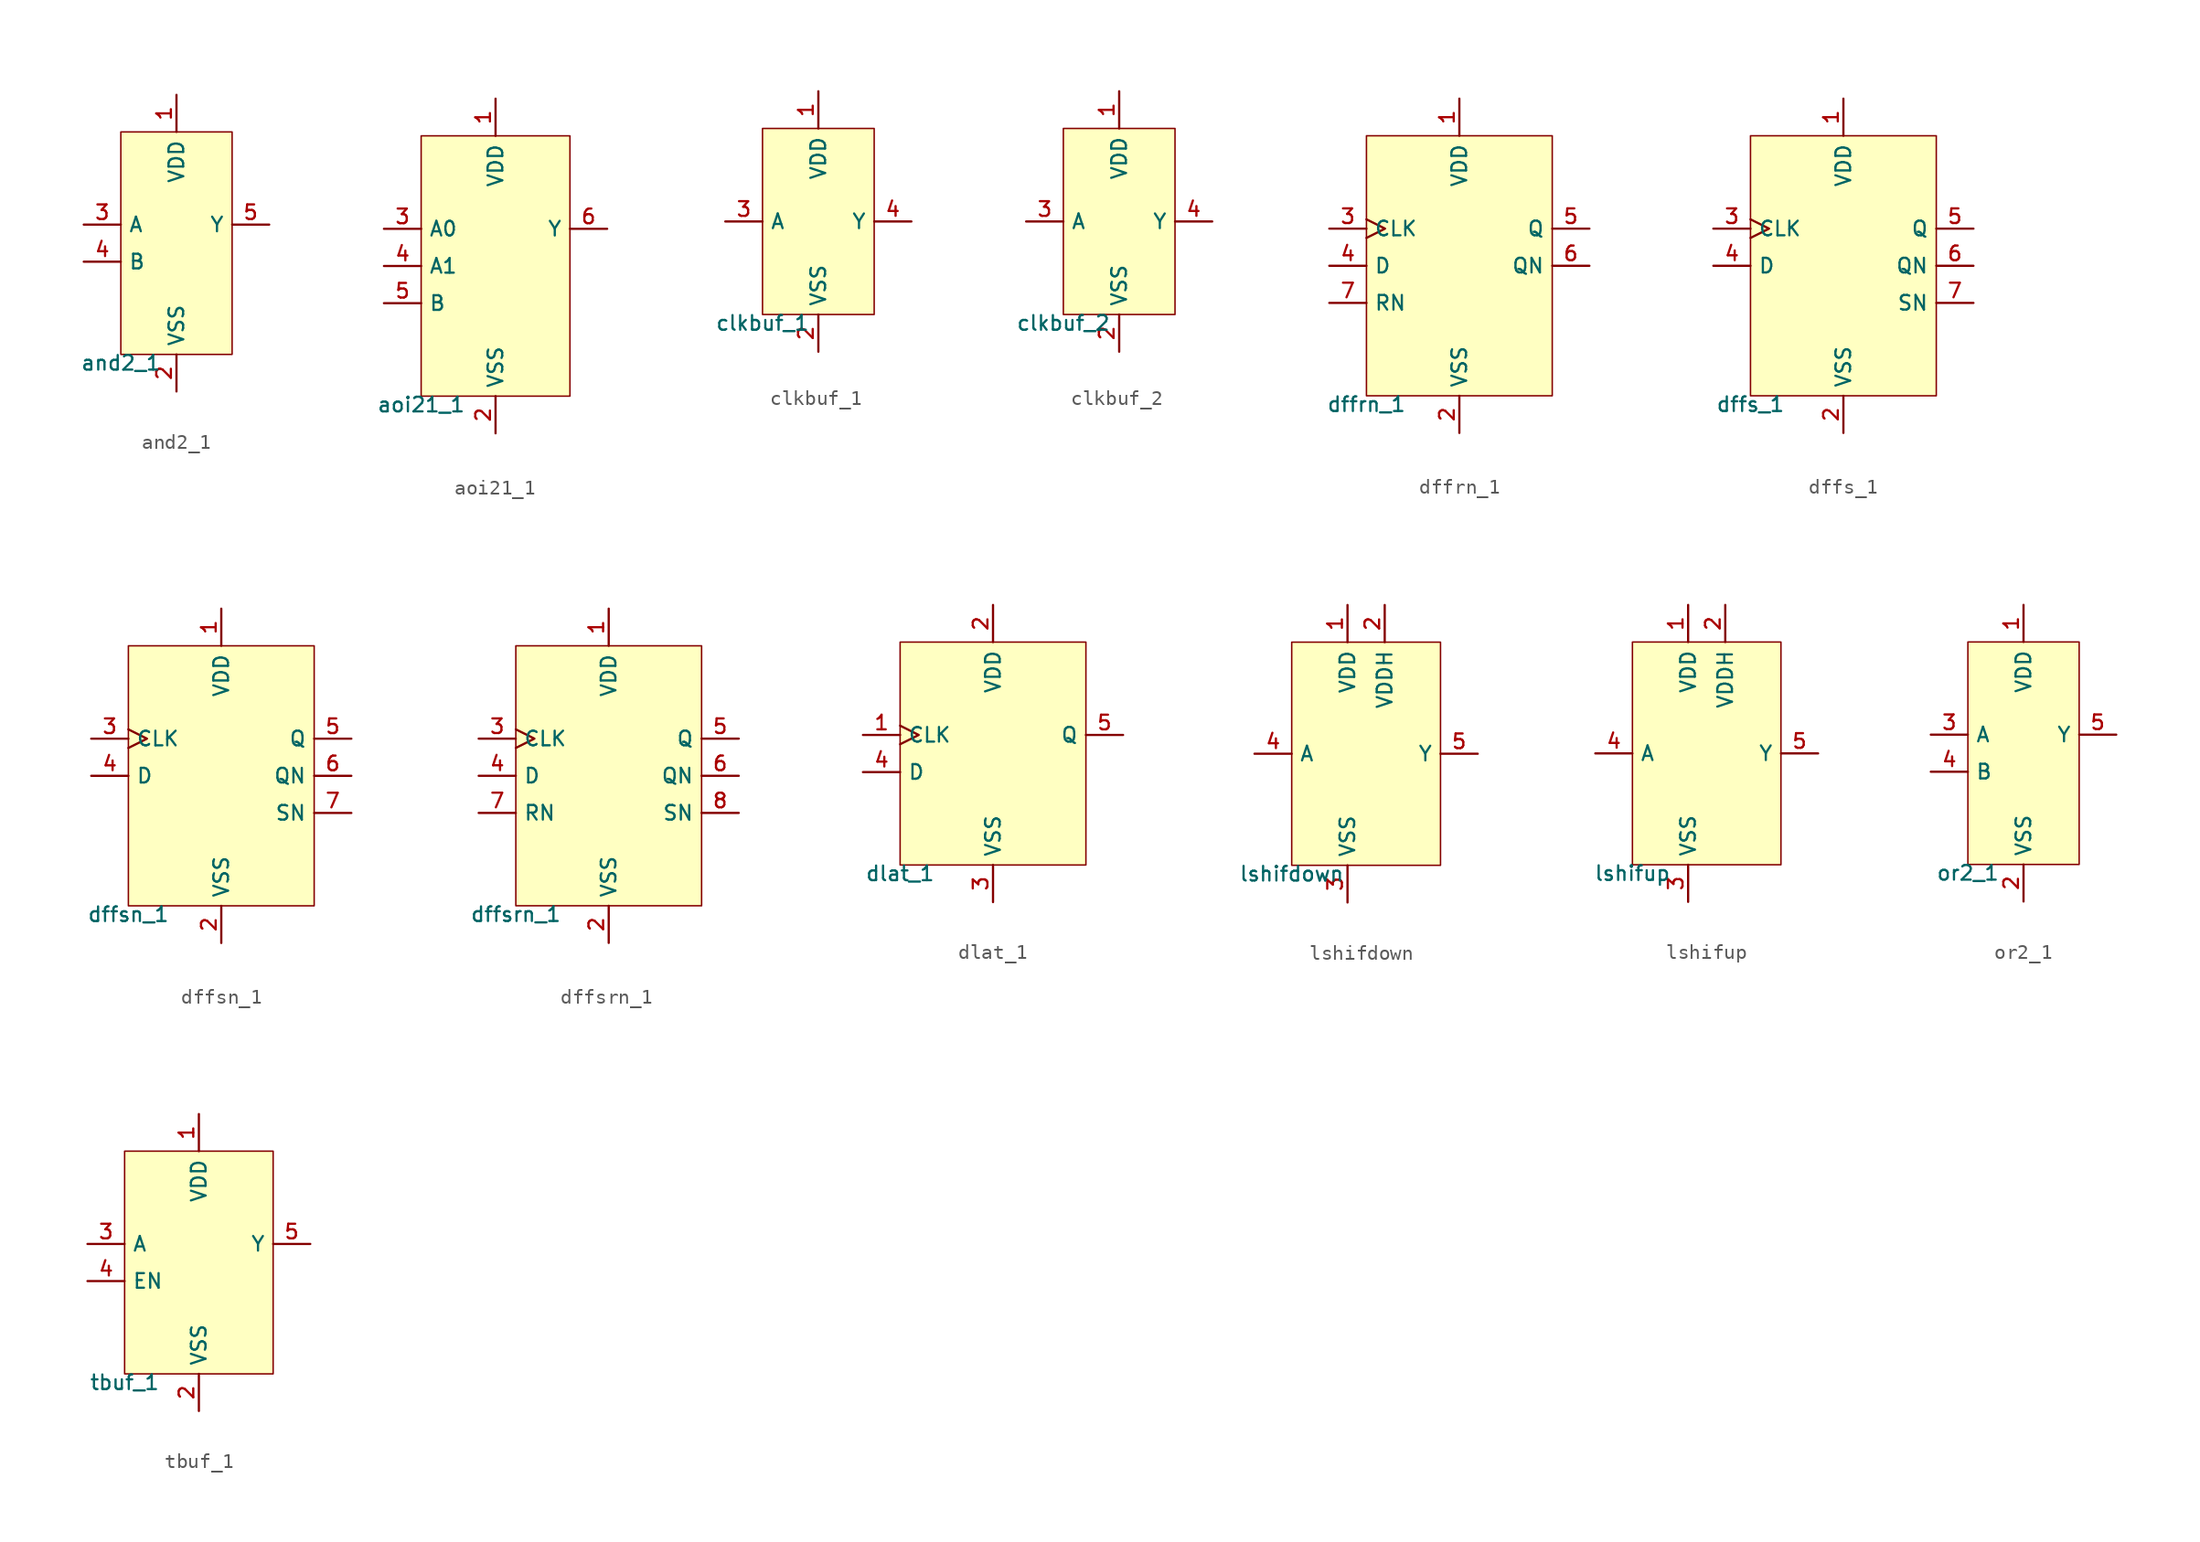
<source format=kicad_sym>
(kicad_symbol_lib
  (version 20211014)
  (generator pdk2kicad)
  (symbol "and2_1"
    (property "Reference" "X"
      (at 0 0 0)
      (effects (font (size 1 1)) hide))
    (property "Value" "and2_1"
      (at -3.81 -7.62 0)
      (effects (font (size 1 1)) (justify top)))
    (rectangle
      (start -3.81 -7.62)
      (end 3.81 7.62)
      (stroke (width 0.1) (type solid) (color 0 0 0 0))
      (fill (type background)))
    (pin power_in line
      (at 0.0 10.16 270)
      (length 2.54)
      (name "VDD" (effects (font (size 1 1)) hide))
      (number "1" (effects (font (size 1 1)) hide)))
    (pin power_in line
      (at 0.0 -10.16 90)
      (length 2.54)
      (name "VSS" (effects (font (size 1 1)) hide))
      (number "2" (effects (font (size 1 1)) hide)))
    (pin input line
      (at -6.35 1.27 0)
      (length 2.54)
      (name "A" (effects (font (size 1 1)) hide))
      (number "3" (effects (font (size 1 1)) hide)))
    (pin input line
      (at -6.35 -1.27 0)
      (length 2.54)
      (name "B" (effects (font (size 1 1)) hide))
      (number "4" (effects (font (size 1 1)) hide)))
    (pin output line
      (at 6.35 1.27 180)
      (length 2.54)
      (name "Y" (effects (font (size 1 1)) hide))
      (number "5" (effects (font (size 1 1)) hide))))
  (symbol "aoi21_1"
    (property "Reference" "X"
      (at 0 0 0)
      (effects (font (size 1 1)) hide))
    (property "Value" "aoi21_1"
      (at -5.08 -8.89 0)
      (effects (font (size 1 1)) (justify top)))
    (rectangle
      (start -5.08 -8.89)
      (end 5.08 8.89)
      (stroke (width 0.1) (type solid) (color 0 0 0 0))
      (fill (type background)))
    (pin power_in line
      (at 0.0 11.43 270)
      (length 2.54)
      (name "VDD" (effects (font (size 1 1)) hide))
      (number "1" (effects (font (size 1 1)) hide)))
    (pin power_in line
      (at 0.0 -11.43 90)
      (length 2.54)
      (name "VSS" (effects (font (size 1 1)) hide))
      (number "2" (effects (font (size 1 1)) hide)))
    (pin input line
      (at -7.62 2.54 0)
      (length 2.54)
      (name "A0" (effects (font (size 1 1)) hide))
      (number "3" (effects (font (size 1 1)) hide)))
    (pin input line
      (at -7.62 4.440892098500626e-16 0)
      (length 2.54)
      (name "A1" (effects (font (size 1 1)) hide))
      (number "4" (effects (font (size 1 1)) hide)))
    (pin input line
      (at -7.62 -2.54 0)
      (length 2.54)
      (name "B" (effects (font (size 1 1)) hide))
      (number "5" (effects (font (size 1 1)) hide)))
    (pin output line
      (at 7.62 2.54 180)
      (length 2.54)
      (name "Y" (effects (font (size 1 1)) hide))
      (number "6" (effects (font (size 1 1)) hide))))
  (symbol "clkbuf_1"
    (property "Reference" "X"
      (at 0 0 0)
      (effects (font (size 1 1)) hide))
    (property "Value" "clkbuf_1"
      (at -3.81 -6.35 0)
      (effects (font (size 1 1)) (justify top)))
    (rectangle
      (start -3.81 -6.35)
      (end 3.81 6.35)
      (stroke (width 0.1) (type solid) (color 0 0 0 0))
      (fill (type background)))
    (pin power_in line
      (at 0.0 8.89 270)
      (length 2.54)
      (name "VDD" (effects (font (size 1 1)) hide))
      (number "1" (effects (font (size 1 1)) hide)))
    (pin power_in line
      (at 0.0 -8.89 90)
      (length 2.54)
      (name "VSS" (effects (font (size 1 1)) hide))
      (number "2" (effects (font (size 1 1)) hide)))
    (pin input line
      (at -6.35 -4.440892098500626e-16 0)
      (length 2.54)
      (name "A" (effects (font (size 1 1)) hide))
      (number "3" (effects (font (size 1 1)) hide)))
    (pin output line
      (at 6.35 -4.440892098500626e-16 180)
      (length 2.54)
      (name "Y" (effects (font (size 1 1)) hide))
      (number "4" (effects (font (size 1 1)) hide))))
  (symbol "clkbuf_2"
    (property "Reference" "X"
      (at 0 0 0)
      (effects (font (size 1 1)) hide))
    (property "Value" "clkbuf_2"
      (at -3.81 -6.35 0)
      (effects (font (size 1 1)) (justify top)))
    (rectangle
      (start -3.81 -6.35)
      (end 3.81 6.35)
      (stroke (width 0.1) (type solid) (color 0 0 0 0))
      (fill (type background)))
    (pin power_in line
      (at 0.0 8.89 270)
      (length 2.54)
      (name "VDD" (effects (font (size 1 1)) hide))
      (number "1" (effects (font (size 1 1)) hide)))
    (pin power_in line
      (at 0.0 -8.89 90)
      (length 2.54)
      (name "VSS" (effects (font (size 1 1)) hide))
      (number "2" (effects (font (size 1 1)) hide)))
    (pin input line
      (at -6.35 -4.440892098500626e-16 0)
      (length 2.54)
      (name "A" (effects (font (size 1 1)) hide))
      (number "3" (effects (font (size 1 1)) hide)))
    (pin output line
      (at 6.35 -4.440892098500626e-16 180)
      (length 2.54)
      (name "Y" (effects (font (size 1 1)) hide))
      (number "4" (effects (font (size 1 1)) hide))))
  (symbol "dffrn_1"
    (property "Reference" "X"
      (at 0 0 0)
      (effects (font (size 1 1)) hide))
    (property "Value" "dffrn_1"
      (at -6.35 -8.89 0)
      (effects (font (size 1 1)) (justify top)))
    (rectangle
      (start -6.35 -8.89)
      (end 6.35 8.89)
      (stroke (width 0.1) (type solid) (color 0 0 0 0))
      (fill (type background)))
    (pin power_in line
      (at 4.440892098500626e-16 11.43 270)
      (length 2.54)
      (name "VDD" (effects (font (size 1 1)) hide))
      (number "1" (effects (font (size 1 1)) hide)))
    (pin power_in line
      (at 4.440892098500626e-16 -11.43 90)
      (length 2.54)
      (name "VSS" (effects (font (size 1 1)) hide))
      (number "2" (effects (font (size 1 1)) hide)))
    (pin input clock
      (at -8.89 2.54 0)
      (length 2.54)
      (name "CLK" (effects (font (size 1 1)) hide))
      (number "3" (effects (font (size 1 1)) hide)))
    (pin input line
      (at -8.89 4.440892098500626e-16 0)
      (length 2.54)
      (name "D" (effects (font (size 1 1)) hide))
      (number "4" (effects (font (size 1 1)) hide)))
    (pin output line
      (at 8.89 2.54 180)
      (length 2.54)
      (name "Q" (effects (font (size 1 1)) hide))
      (number "5" (effects (font (size 1 1)) hide)))
    (pin output line
      (at 8.89 4.440892098500626e-16 180)
      (length 2.54)
      (name "QN" (effects (font (size 1 1)) hide))
      (number "6" (effects (font (size 1 1)) hide)))
    (pin input line
      (at -8.89 -2.54 0)
      (length 2.54)
      (name "RN" (effects (font (size 1 1)) hide))
      (number "7" (effects (font (size 1 1)) hide))))
  (symbol "dffs_1"
    (property "Reference" "X"
      (at 0 0 0)
      (effects (font (size 1 1)) hide))
    (property "Value" "dffs_1"
      (at -6.35 -8.89 0)
      (effects (font (size 1 1)) (justify top)))
    (rectangle
      (start -6.35 -8.89)
      (end 6.35 8.89)
      (stroke (width 0.1) (type solid) (color 0 0 0 0))
      (fill (type background)))
    (pin power_in line
      (at 4.440892098500626e-16 11.43 270)
      (length 2.54)
      (name "VDD" (effects (font (size 1 1)) hide))
      (number "1" (effects (font (size 1 1)) hide)))
    (pin power_in line
      (at 4.440892098500626e-16 -11.43 90)
      (length 2.54)
      (name "VSS" (effects (font (size 1 1)) hide))
      (number "2" (effects (font (size 1 1)) hide)))
    (pin input clock
      (at -8.89 2.54 0)
      (length 2.54)
      (name "CLK" (effects (font (size 1 1)) hide))
      (number "3" (effects (font (size 1 1)) hide)))
    (pin input line
      (at -8.89 4.440892098500626e-16 0)
      (length 2.54)
      (name "D" (effects (font (size 1 1)) hide))
      (number "4" (effects (font (size 1 1)) hide)))
    (pin output line
      (at 8.89 2.54 180)
      (length 2.54)
      (name "Q" (effects (font (size 1 1)) hide))
      (number "5" (effects (font (size 1 1)) hide)))
    (pin output line
      (at 8.89 4.440892098500626e-16 180)
      (length 2.54)
      (name "QN" (effects (font (size 1 1)) hide))
      (number "6" (effects (font (size 1 1)) hide)))
    (pin output line
      (at 8.89 -2.54 180)
      (length 2.54)
      (name "SN" (effects (font (size 1 1)) hide))
      (number "7" (effects (font (size 1 1)) hide))))
  (symbol "dffsn_1"
    (property "Reference" "X"
      (at 0 0 0)
      (effects (font (size 1 1)) hide))
    (property "Value" "dffsn_1"
      (at -6.35 -8.89 0)
      (effects (font (size 1 1)) (justify top)))
    (rectangle
      (start -6.35 -8.89)
      (end 6.35 8.89)
      (stroke (width 0.1) (type solid) (color 0 0 0 0))
      (fill (type background)))
    (pin power_in line
      (at 4.440892098500626e-16 11.43 270)
      (length 2.54)
      (name "VDD" (effects (font (size 1 1)) hide))
      (number "1" (effects (font (size 1 1)) hide)))
    (pin power_in line
      (at 4.440892098500626e-16 -11.43 90)
      (length 2.54)
      (name "VSS" (effects (font (size 1 1)) hide))
      (number "2" (effects (font (size 1 1)) hide)))
    (pin input clock
      (at -8.89 2.54 0)
      (length 2.54)
      (name "CLK" (effects (font (size 1 1)) hide))
      (number "3" (effects (font (size 1 1)) hide)))
    (pin input line
      (at -8.89 4.440892098500626e-16 0)
      (length 2.54)
      (name "D" (effects (font (size 1 1)) hide))
      (number "4" (effects (font (size 1 1)) hide)))
    (pin output line
      (at 8.89 2.54 180)
      (length 2.54)
      (name "Q" (effects (font (size 1 1)) hide))
      (number "5" (effects (font (size 1 1)) hide)))
    (pin output line
      (at 8.89 4.440892098500626e-16 180)
      (length 2.54)
      (name "QN" (effects (font (size 1 1)) hide))
      (number "6" (effects (font (size 1 1)) hide)))
    (pin output line
      (at 8.89 -2.54 180)
      (length 2.54)
      (name "SN" (effects (font (size 1 1)) hide))
      (number "7" (effects (font (size 1 1)) hide))))
  (symbol "dffsrn_1"
    (property "Reference" "X"
      (at 0 0 0)
      (effects (font (size 1 1)) hide))
    (property "Value" "dffsrn_1"
      (at -6.35 -8.89 0)
      (effects (font (size 1 1)) (justify top)))
    (rectangle
      (start -6.35 -8.89)
      (end 6.35 8.89)
      (stroke (width 0.1) (type solid) (color 0 0 0 0))
      (fill (type background)))
    (pin power_in line
      (at 4.440892098500626e-16 11.43 270)
      (length 2.54)
      (name "VDD" (effects (font (size 1 1)) hide))
      (number "1" (effects (font (size 1 1)) hide)))
    (pin power_in line
      (at 4.440892098500626e-16 -11.43 90)
      (length 2.54)
      (name "VSS" (effects (font (size 1 1)) hide))
      (number "2" (effects (font (size 1 1)) hide)))
    (pin input clock
      (at -8.89 2.54 0)
      (length 2.54)
      (name "CLK" (effects (font (size 1 1)) hide))
      (number "3" (effects (font (size 1 1)) hide)))
    (pin input line
      (at -8.89 4.440892098500626e-16 0)
      (length 2.54)
      (name "D" (effects (font (size 1 1)) hide))
      (number "4" (effects (font (size 1 1)) hide)))
    (pin output line
      (at 8.89 2.54 180)
      (length 2.54)
      (name "Q" (effects (font (size 1 1)) hide))
      (number "5" (effects (font (size 1 1)) hide)))
    (pin output line
      (at 8.89 4.440892098500626e-16 180)
      (length 2.54)
      (name "QN" (effects (font (size 1 1)) hide))
      (number "6" (effects (font (size 1 1)) hide)))
    (pin input line
      (at -8.89 -2.54 0)
      (length 2.54)
      (name "RN" (effects (font (size 1 1)) hide))
      (number "7" (effects (font (size 1 1)) hide)))
    (pin output line
      (at 8.89 -2.54 180)
      (length 2.54)
      (name "SN" (effects (font (size 1 1)) hide))
      (number "8" (effects (font (size 1 1)) hide))))
  (symbol "dlat_1"
    (property "Reference" "X"
      (at 0 0 0)
      (effects (font (size 1 1)) hide))
    (property "Value" "dlat_1"
      (at -6.35 -7.62 0)
      (effects (font (size 1 1)) (justify top)))
    (rectangle
      (start -6.35 -7.62)
      (end 6.35 7.62)
      (stroke (width 0.1) (type solid) (color 0 0 0 0))
      (fill (type background)))
    (pin input clock
      (at -8.89 1.27 0)
      (length 2.54)
      (name "CLK" (effects (font (size 1 1)) hide))
      (number "1" (effects (font (size 1 1)) hide)))
    (pin power_in line
      (at 4.440892098500626e-16 10.16 270)
      (length 2.54)
      (name "VDD" (effects (font (size 1 1)) hide))
      (number "2" (effects (font (size 1 1)) hide)))
    (pin power_in line
      (at 4.440892098500626e-16 -10.16 90)
      (length 2.54)
      (name "VSS" (effects (font (size 1 1)) hide))
      (number "3" (effects (font (size 1 1)) hide)))
    (pin input line
      (at -8.89 -1.27 0)
      (length 2.54)
      (name "D" (effects (font (size 1 1)) hide))
      (number "4" (effects (font (size 1 1)) hide)))
    (pin output line
      (at 8.89 1.27 180)
      (length 2.54)
      (name "Q" (effects (font (size 1 1)) hide))
      (number "5" (effects (font (size 1 1)) hide))))
  (symbol "lshifdown"
    (property "Reference" "X"
      (at 0 0 0)
      (effects (font (size 1 1)) hide))
    (property "Value" "lshifdown"
      (at -5.08 -7.62 0)
      (effects (font (size 1 1)) (justify top)))
    (rectangle
      (start -5.08 -7.62)
      (end 5.08 7.62)
      (stroke (width 0.1) (type solid) (color 0 0 0 0))
      (fill (type background)))
    (pin power_in line
      (at -1.27 10.16 270)
      (length 2.54)
      (name "VDD" (effects (font (size 1 1)) hide))
      (number "1" (effects (font (size 1 1)) hide)))
    (pin power_in line
      (at 1.27 10.16 270)
      (length 2.54)
      (name "VDDH" (effects (font (size 1 1)) hide))
      (number "2" (effects (font (size 1 1)) hide)))
    (pin power_in line
      (at -1.27 -10.16 90)
      (length 2.54)
      (name "VSS" (effects (font (size 1 1)) hide))
      (number "3" (effects (font (size 1 1)) hide)))
    (pin input line
      (at -7.62 0.0 0)
      (length 2.54)
      (name "A" (effects (font (size 1 1)) hide))
      (number "4" (effects (font (size 1 1)) hide)))
    (pin output line
      (at 7.62 0.0 180)
      (length 2.54)
      (name "Y" (effects (font (size 1 1)) hide))
      (number "5" (effects (font (size 1 1)) hide))))
  (symbol "lshifup"
    (property "Reference" "X"
      (at 0 0 0)
      (effects (font (size 1 1)) hide))
    (property "Value" "lshifup"
      (at -5.08 -7.62 0)
      (effects (font (size 1 1)) (justify top)))
    (rectangle
      (start -5.08 -7.62)
      (end 5.08 7.62)
      (stroke (width 0.1) (type solid) (color 0 0 0 0))
      (fill (type background)))
    (pin power_in line
      (at -1.27 10.16 270)
      (length 2.54)
      (name "VDD" (effects (font (size 1 1)) hide))
      (number "1" (effects (font (size 1 1)) hide)))
    (pin power_in line
      (at 1.27 10.16 270)
      (length 2.54)
      (name "VDDH" (effects (font (size 1 1)) hide))
      (number "2" (effects (font (size 1 1)) hide)))
    (pin power_in line
      (at -1.27 -10.16 90)
      (length 2.54)
      (name "VSS" (effects (font (size 1 1)) hide))
      (number "3" (effects (font (size 1 1)) hide)))
    (pin input line
      (at -7.62 0.0 0)
      (length 2.54)
      (name "A" (effects (font (size 1 1)) hide))
      (number "4" (effects (font (size 1 1)) hide)))
    (pin output line
      (at 7.62 0.0 180)
      (length 2.54)
      (name "Y" (effects (font (size 1 1)) hide))
      (number "5" (effects (font (size 1 1)) hide))))
  (symbol "or2_1"
    (property "Reference" "X"
      (at 0 0 0)
      (effects (font (size 1 1)) hide))
    (property "Value" "or2_1"
      (at -3.81 -7.62 0)
      (effects (font (size 1 1)) (justify top)))
    (rectangle
      (start -3.81 -7.62)
      (end 3.81 7.62)
      (stroke (width 0.1) (type solid) (color 0 0 0 0))
      (fill (type background)))
    (pin power_in line
      (at 0.0 10.16 270)
      (length 2.54)
      (name "VDD" (effects (font (size 1 1)) hide))
      (number "1" (effects (font (size 1 1)) hide)))
    (pin power_in line
      (at 0.0 -10.16 90)
      (length 2.54)
      (name "VSS" (effects (font (size 1 1)) hide))
      (number "2" (effects (font (size 1 1)) hide)))
    (pin input line
      (at -6.35 1.27 0)
      (length 2.54)
      (name "A" (effects (font (size 1 1)) hide))
      (number "3" (effects (font (size 1 1)) hide)))
    (pin input line
      (at -6.35 -1.27 0)
      (length 2.54)
      (name "B" (effects (font (size 1 1)) hide))
      (number "4" (effects (font (size 1 1)) hide)))
    (pin output line
      (at 6.35 1.27 180)
      (length 2.54)
      (name "Y" (effects (font (size 1 1)) hide))
      (number "5" (effects (font (size 1 1)) hide))))
  (symbol "tbuf_1"
    (property "Reference" "X"
      (at 0 0 0)
      (effects (font (size 1 1)) hide))
    (property "Value" "tbuf_1"
      (at -5.08 -7.62 0)
      (effects (font (size 1 1)) (justify top)))
    (rectangle
      (start -5.08 -7.62)
      (end 5.08 7.62)
      (stroke (width 0.1) (type solid) (color 0 0 0 0))
      (fill (type background)))
    (pin power_in line
      (at 0.0 10.16 270)
      (length 2.54)
      (name "VDD" (effects (font (size 1 1)) hide))
      (number "1" (effects (font (size 1 1)) hide)))
    (pin power_in line
      (at 0.0 -10.16 90)
      (length 2.54)
      (name "VSS" (effects (font (size 1 1)) hide))
      (number "2" (effects (font (size 1 1)) hide)))
    (pin input line
      (at -7.62 1.27 0)
      (length 2.54)
      (name "A" (effects (font (size 1 1)) hide))
      (number "3" (effects (font (size 1 1)) hide)))
    (pin input line
      (at -7.62 -1.27 0)
      (length 2.54)
      (name "EN" (effects (font (size 1 1)) hide))
      (number "4" (effects (font (size 1 1)) hide)))
    (pin output line
      (at 7.62 1.27 180)
      (length 2.54)
      (name "Y" (effects (font (size 1 1)) hide))
      (number "5" (effects (font (size 1 1)) hide)))))
</source>
